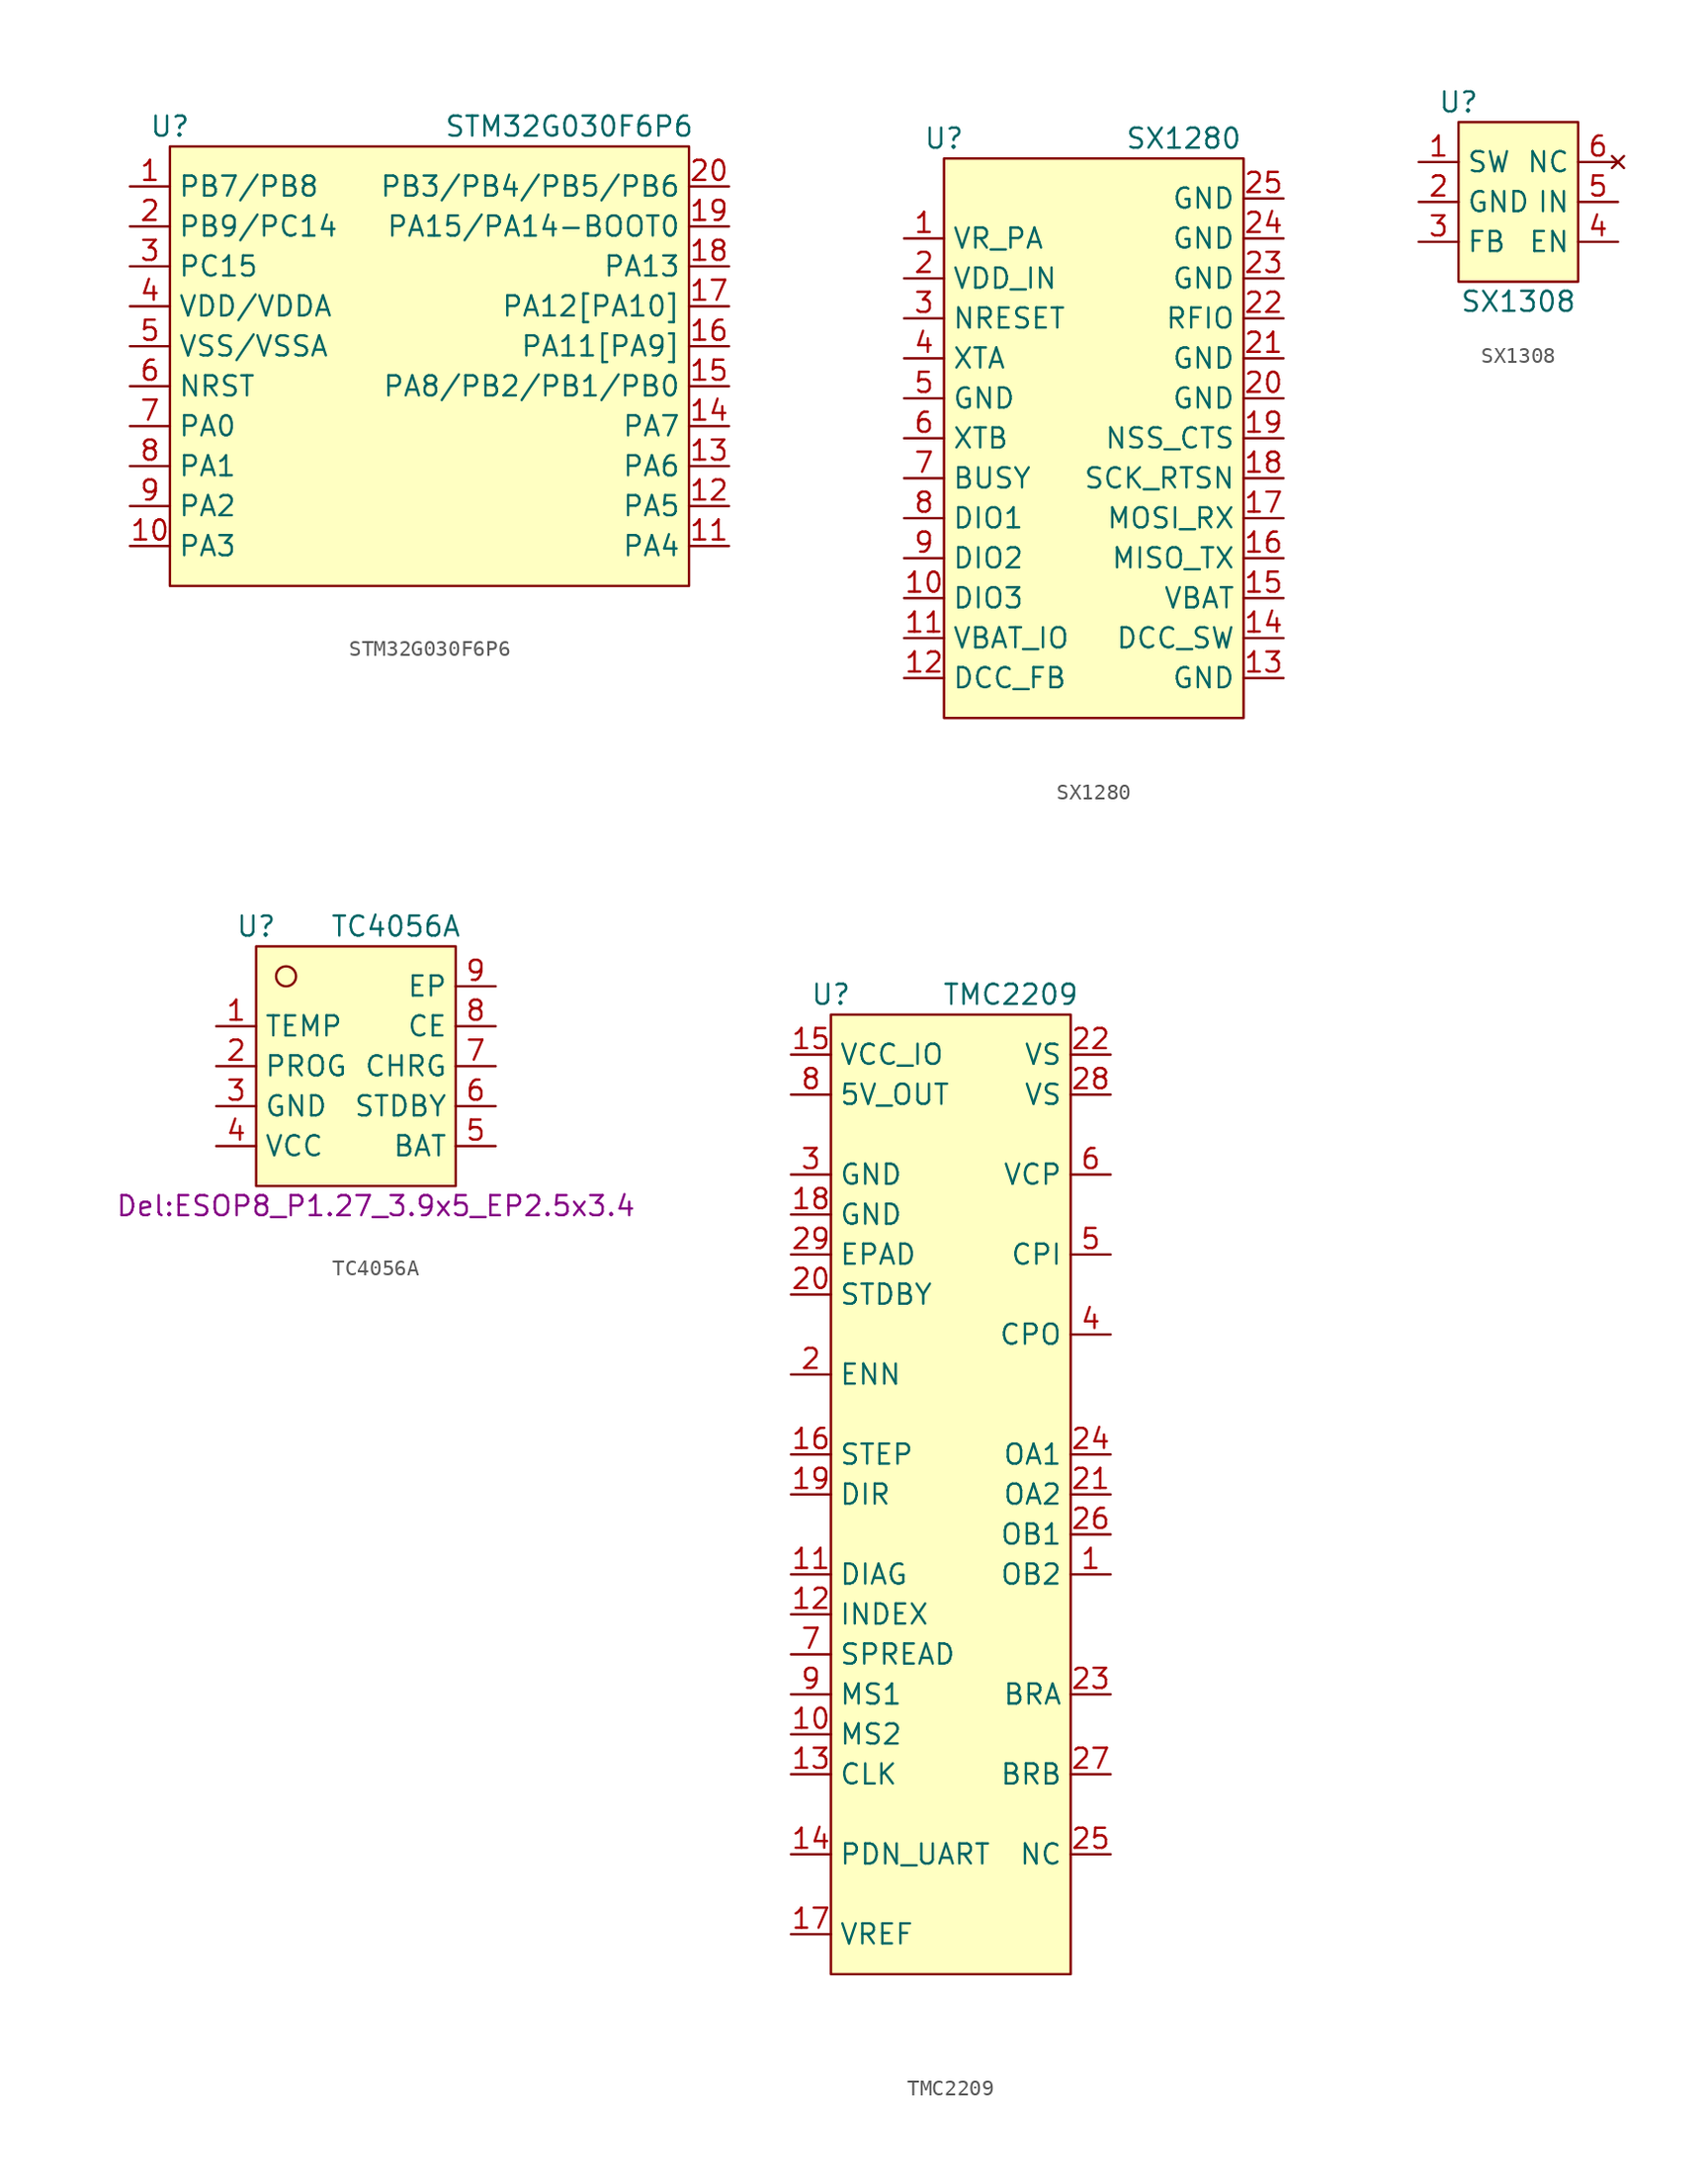
<source format=kicad_sym>
(kicad_symbol_lib
  (version 20220914)
  (generator kicad_symbol_editor)
  (symbol "STM32G030F6P6"
    (property "Reference" "U"
      (at 0 1.27 0)
      (effects (font (size 1.27 1.27))))
    (property "Value" "STM32G030F6P6"
      (at 25.4 1.27 0)
      (effects (font (size 1.27 1.27))))
    (symbol "STM32G030F6P6_0_1"
      (rectangle (start 0 0) (end 33.02 -27.94) (stroke (width 0) (type default)) (fill (type background))))
    (symbol "STM32G030F6P6_1_1"
      (pin bidirectional line (at -2.54 -2.54 0) (length 2.54) (name "PB7/PB8" (effects (font (size 1.27 1.27)))) (number "1" (effects (font (size 1.27 1.27)))))
      (pin bidirectional line (at -2.54 -25.4 0) (length 2.54) (name "PA3" (effects (font (size 1.27 1.27)))) (number "10" (effects (font (size 1.27 1.27)))))
      (pin bidirectional line (at 35.56 -25.4 180) (length 2.54) (name "PA4" (effects (font (size 1.27 1.27)))) (number "11" (effects (font (size 1.27 1.27)))))
      (pin bidirectional line (at 35.56 -22.86 180) (length 2.54) (name "PA5" (effects (font (size 1.27 1.27)))) (number "12" (effects (font (size 1.27 1.27)))))
      (pin bidirectional line (at 35.56 -20.32 180) (length 2.54) (name "PA6" (effects (font (size 1.27 1.27)))) (number "13" (effects (font (size 1.27 1.27)))))
      (pin bidirectional line (at 35.56 -17.78 180) (length 2.54) (name "PA7" (effects (font (size 1.27 1.27)))) (number "14" (effects (font (size 1.27 1.27)))))
      (pin bidirectional line (at 35.56 -15.24 180) (length 2.54) (name "PA8/PB2/PB1/PB0" (effects (font (size 1.27 1.27)))) (number "15" (effects (font (size 1.27 1.27)))))
      (pin bidirectional line (at 35.56 -12.7 180) (length 2.54) (name "PA11[PA9]" (effects (font (size 1.27 1.27)))) (number "16" (effects (font (size 1.27 1.27)))))
      (pin bidirectional line (at 35.56 -10.16 180) (length 2.54) (name "PA12[PA10]" (effects (font (size 1.27 1.27)))) (number "17" (effects (font (size 1.27 1.27)))))
      (pin bidirectional line (at 35.56 -7.62 180) (length 2.54) (name "PA13" (effects (font (size 1.27 1.27)))) (number "18" (effects (font (size 1.27 1.27)))))
      (pin bidirectional line (at 35.56 -5.08 180) (length 2.54) (name "PA15/PA14-BOOT0" (effects (font (size 1.27 1.27)))) (number "19" (effects (font (size 1.27 1.27)))))
      (pin bidirectional line (at -2.54 -5.08 0) (length 2.54) (name "PB9/PC14" (effects (font (size 1.27 1.27)))) (number "2" (effects (font (size 1.27 1.27)))))
      (pin bidirectional line (at 35.56 -2.54 180) (length 2.54) (name "PB3/PB4/PB5/PB6" (effects (font (size 1.27 1.27)))) (number "20" (effects (font (size 1.27 1.27)))))
      (pin bidirectional line (at -2.54 -7.62 0) (length 2.54) (name "PC15" (effects (font (size 1.27 1.27)))) (number "3" (effects (font (size 1.27 1.27)))))
      (pin power_in line (at -2.54 -10.16 0) (length 2.54) (name "VDD/VDDA" (effects (font (size 1.27 1.27)))) (number "4" (effects (font (size 1.27 1.27)))))
      (pin power_in line (at -2.54 -12.7 0) (length 2.54) (name "VSS/VSSA" (effects (font (size 1.27 1.27)))) (number "5" (effects (font (size 1.27 1.27)))))
      (pin input line (at -2.54 -15.24 0) (length 2.54) (name "NRST" (effects (font (size 1.27 1.27)))) (number "6" (effects (font (size 1.27 1.27)))))
      (pin bidirectional line (at -2.54 -17.78 0) (length 2.54) (name "PA0" (effects (font (size 1.27 1.27)))) (number "7" (effects (font (size 1.27 1.27)))))
      (pin bidirectional line (at -2.54 -20.32 0) (length 2.54) (name "PA1" (effects (font (size 1.27 1.27)))) (number "8" (effects (font (size 1.27 1.27)))))
      (pin bidirectional line (at -2.54 -22.86 0) (length 2.54) (name "PA2" (effects (font (size 1.27 1.27)))) (number "9" (effects (font (size 1.27 1.27)))))))
  (symbol "SX1280"
    (property "Reference" "U"
      (at 0 1.27 0)
      (effects (font (size 1.27 1.27))))
    (property "Value" "SX1280"
      (at 15.24 1.27 0)
      (effects (font (size 1.27 1.27))))
    (symbol "SX1280_0_1"
      (rectangle (start 0 0) (end 19.05 -35.56) (stroke (width 0) (type default)) (fill (type background))))
    (symbol "SX1280_1_1"
      (pin bidirectional line (at -2.54 -5.08 0) (length 2.54) (name "VR_PA" (effects (font (size 1.27 1.27)))) (number "1" (effects (font (size 1.27 1.27)))))
      (pin bidirectional line (at -2.54 -27.94 0) (length 2.54) (name "DIO3" (effects (font (size 1.27 1.27)))) (number "10" (effects (font (size 1.27 1.27)))))
      (pin bidirectional line (at -2.54 -30.48 0) (length 2.54) (name "VBAT_IO" (effects (font (size 1.27 1.27)))) (number "11" (effects (font (size 1.27 1.27)))))
      (pin bidirectional line (at -2.54 -33.02 0) (length 2.54) (name "DCC_FB" (effects (font (size 1.27 1.27)))) (number "12" (effects (font (size 1.27 1.27)))))
      (pin power_in line (at 21.59 -33.02 180) (length 2.54) (name "GND" (effects (font (size 1.27 1.27)))) (number "13" (effects (font (size 1.27 1.27)))))
      (pin bidirectional line (at 21.59 -30.48 180) (length 2.54) (name "DCC_SW" (effects (font (size 1.27 1.27)))) (number "14" (effects (font (size 1.27 1.27)))))
      (pin bidirectional line (at 21.59 -27.94 180) (length 2.54) (name "VBAT" (effects (font (size 1.27 1.27)))) (number "15" (effects (font (size 1.27 1.27)))))
      (pin bidirectional line (at 21.59 -25.4 180) (length 2.54) (name "MISO_TX" (effects (font (size 1.27 1.27)))) (number "16" (effects (font (size 1.27 1.27)))))
      (pin bidirectional line (at 21.59 -22.86 180) (length 2.54) (name "MOSI_RX" (effects (font (size 1.27 1.27)))) (number "17" (effects (font (size 1.27 1.27)))))
      (pin bidirectional line (at 21.59 -20.32 180) (length 2.54) (name "SCK_RTSN" (effects (font (size 1.27 1.27)))) (number "18" (effects (font (size 1.27 1.27)))))
      (pin bidirectional line (at 21.59 -17.78 180) (length 2.54) (name "NSS_CTS" (effects (font (size 1.27 1.27)))) (number "19" (effects (font (size 1.27 1.27)))))
      (pin power_in line (at -2.54 -7.62 0) (length 2.54) (name "VDD_IN" (effects (font (size 1.27 1.27)))) (number "2" (effects (font (size 1.27 1.27)))))
      (pin power_in line (at 21.59 -15.24 180) (length 2.54) (name "GND" (effects (font (size 1.27 1.27)))) (number "20" (effects (font (size 1.27 1.27)))))
      (pin power_in line (at 21.59 -12.7 180) (length 2.54) (name "GND" (effects (font (size 1.27 1.27)))) (number "21" (effects (font (size 1.27 1.27)))))
      (pin input line (at 21.59 -10.16 180) (length 2.54) (name "RFIO" (effects (font (size 1.27 1.27)))) (number "22" (effects (font (size 1.27 1.27)))))
      (pin power_in line (at 21.59 -7.62 180) (length 2.54) (name "GND" (effects (font (size 1.27 1.27)))) (number "23" (effects (font (size 1.27 1.27)))))
      (pin power_in line (at 21.59 -5.08 180) (length 2.54) (name "GND" (effects (font (size 1.27 1.27)))) (number "24" (effects (font (size 1.27 1.27)))))
      (pin power_in line (at 21.59 -2.54 180) (length 2.54) (name "GND" (effects (font (size 1.27 1.27)))) (number "25" (effects (font (size 1.27 1.27)))))
      (pin input line (at -2.54 -10.16 0) (length 2.54) (name "NRESET" (effects (font (size 1.27 1.27)))) (number "3" (effects (font (size 1.27 1.27)))))
      (pin bidirectional line (at -2.54 -12.7 0) (length 2.54) (name "XTA" (effects (font (size 1.27 1.27)))) (number "4" (effects (font (size 1.27 1.27)))))
      (pin bidirectional line (at -2.54 -15.24 0) (length 2.54) (name "GND" (effects (font (size 1.27 1.27)))) (number "5" (effects (font (size 1.27 1.27)))))
      (pin bidirectional line (at -2.54 -17.78 0) (length 2.54) (name "XTB" (effects (font (size 1.27 1.27)))) (number "6" (effects (font (size 1.27 1.27)))))
      (pin bidirectional line (at -2.54 -20.32 0) (length 2.54) (name "BUSY" (effects (font (size 1.27 1.27)))) (number "7" (effects (font (size 1.27 1.27)))))
      (pin bidirectional line (at -2.54 -22.86 0) (length 2.54) (name "DIO1" (effects (font (size 1.27 1.27)))) (number "8" (effects (font (size 1.27 1.27)))))
      (pin bidirectional line (at -2.54 -25.4 0) (length 2.54) (name "DIO2" (effects (font (size 1.27 1.27)))) (number "9" (effects (font (size 1.27 1.27)))))))
  (symbol "SX1308"
    (property "Reference" "U"
      (at 0 1.27 0)
      (effects (font (size 1.27 1.27))))
    (property "Value" "SX1308"
      (at 3.81 -11.43 0)
      (effects (font (size 1.27 1.27))))
    (symbol "SX1308_0_1"
      (rectangle (start 0 0) (end 7.62 -10.16) (stroke (width 0) (type default)) (fill (type background))))
    (symbol "SX1308_1_1"
      (pin bidirectional line (at -2.54 -2.54 0) (length 2.54) (name "SW" (effects (font (size 1.27 1.27)))) (number "1" (effects (font (size 1.27 1.27)))))
      (pin power_in line (at -2.54 -5.08 0) (length 2.54) (name "GND" (effects (font (size 1.27 1.27)))) (number "2" (effects (font (size 1.27 1.27)))))
      (pin input line (at -2.54 -7.62 0) (length 2.54) (name "FB" (effects (font (size 1.27 1.27)))) (number "3" (effects (font (size 1.27 1.27)))))
      (pin input line (at 10.16 -7.62 180) (length 2.54) (name "EN" (effects (font (size 1.27 1.27)))) (number "4" (effects (font (size 1.27 1.27)))))
      (pin power_in line (at 10.16 -5.08 180) (length 2.54) (name "IN" (effects (font (size 1.27 1.27)))) (number "5" (effects (font (size 1.27 1.27)))))
      (pin no_connect line (at 10.16 -2.54 180) (length 2.54) (name "NC" (effects (font (size 1.27 1.27)))) (number "6" (effects (font (size 1.27 1.27)))))))
  (symbol "TC4056A"
    (property "Reference" "U"
      (at 0 1.27 0)
      (effects (font (size 1.27 1.27))))
    (property "Value" "TC4056A"
      (at 8.89 1.27 0)
      (effects (font (size 1.27 1.27))))
    (property "Footprint" "Del:ESOP8_P1.27_3.9x5_EP2.5x3.4"
      (at 7.62 -16.51 0)
      (effects (font (size 1.27 1.27))))
    (symbol "TC4056A_0_1"
      (rectangle (start 0 0) (end 12.7 -15.24) (stroke (width 0) (type default)) (fill (type background)))
      (circle (center 1.905 -1.905) (radius 0.635) (stroke (width 0) (type default)) (fill (type none))))
    (symbol "TC4056A_1_1"
      (pin input line (at -2.54 -5.08 0) (length 2.54) (name "TEMP" (effects (font (size 1.27 1.27)))) (number "1" (effects (font (size 1.27 1.27)))))
      (pin output line (at -2.54 -7.62 0) (length 2.54) (name "PROG" (effects (font (size 1.27 1.27)))) (number "2" (effects (font (size 1.27 1.27)))))
      (pin power_in line (at -2.54 -10.16 0) (length 2.54) (name "GND" (effects (font (size 1.27 1.27)))) (number "3" (effects (font (size 1.27 1.27)))))
      (pin power_in line (at -2.54 -12.7 0) (length 2.54) (name "VCC" (effects (font (size 1.27 1.27)))) (number "4" (effects (font (size 1.27 1.27)))))
      (pin power_out line (at 15.24 -12.7 180) (length 2.54) (name "BAT" (effects (font (size 1.27 1.27)))) (number "5" (effects (font (size 1.27 1.27)))))
      (pin output line (at 15.24 -10.16 180) (length 2.54) (name "STDBY" (effects (font (size 1.27 1.27)))) (number "6" (effects (font (size 1.27 1.27)))))
      (pin output line (at 15.24 -7.62 180) (length 2.54) (name "CHRG" (effects (font (size 1.27 1.27)))) (number "7" (effects (font (size 1.27 1.27)))))
      (pin input line (at 15.24 -5.08 180) (length 2.54) (name "CE" (effects (font (size 1.27 1.27)))) (number "8" (effects (font (size 1.27 1.27)))))
      (pin power_in line (at 15.24 -2.54 180) (length 2.54) (name "EP" (effects (font (size 1.27 1.27)))) (number "9" (effects (font (size 1.27 1.27)))))))
  (symbol "TMC2209"
    (property "Reference" "U"
      (at 0 1.27 0)
      (effects (font (size 1.27 1.27))))
    (property "Value" "TMC2209"
      (at 11.43 1.27 0)
      (effects (font (size 1.27 1.27))))
    (symbol "TMC2209_0_1"
      (rectangle (start 0 0) (end 15.24 -60.96) (stroke (width 0) (type default)) (fill (type background))))
    (symbol "TMC2209_1_1"
      (pin bidirectional line (at 17.78 -35.56 180) (length 2.54) (name "OB2" (effects (font (size 1.27 1.27)))) (number "1" (effects (font (size 1.27 1.27)))))
      (pin bidirectional line (at -2.54 -45.72 0) (length 2.54) (name "MS2" (effects (font (size 1.27 1.27)))) (number "10" (effects (font (size 1.27 1.27)))))
      (pin bidirectional line (at -2.54 -35.56 0) (length 2.54) (name "DIAG" (effects (font (size 1.27 1.27)))) (number "11" (effects (font (size 1.27 1.27)))))
      (pin bidirectional line (at -2.54 -38.1 0) (length 2.54) (name "INDEX" (effects (font (size 1.27 1.27)))) (number "12" (effects (font (size 1.27 1.27)))))
      (pin bidirectional line (at -2.54 -48.26 0) (length 2.54) (name "CLK" (effects (font (size 1.27 1.27)))) (number "13" (effects (font (size 1.27 1.27)))))
      (pin bidirectional line (at -2.54 -53.34 0) (length 2.54) (name "PDN_UART" (effects (font (size 1.27 1.27)))) (number "14" (effects (font (size 1.27 1.27)))))
      (pin power_in line (at -2.54 -2.54 0) (length 2.54) (name "VCC_IO" (effects (font (size 1.27 1.27)))) (number "15" (effects (font (size 1.27 1.27)))))
      (pin bidirectional line (at -2.54 -27.94 0) (length 2.54) (name "STEP" (effects (font (size 1.27 1.27)))) (number "16" (effects (font (size 1.27 1.27)))))
      (pin bidirectional line (at -2.54 -58.42 0) (length 2.54) (name "VREF" (effects (font (size 1.27 1.27)))) (number "17" (effects (font (size 1.27 1.27)))))
      (pin power_in line (at -2.54 -12.7 0) (length 2.54) (name "GND" (effects (font (size 1.27 1.27)))) (number "18" (effects (font (size 1.27 1.27)))))
      (pin bidirectional line (at -2.54 -30.48 0) (length 2.54) (name "DIR" (effects (font (size 1.27 1.27)))) (number "19" (effects (font (size 1.27 1.27)))))
      (pin bidirectional line (at -2.54 -22.86 0) (length 2.54) (name "ENN" (effects (font (size 1.27 1.27)))) (number "2" (effects (font (size 1.27 1.27)))))
      (pin bidirectional line (at -2.54 -17.78 0) (length 2.54) (name "STDBY" (effects (font (size 1.27 1.27)))) (number "20" (effects (font (size 1.27 1.27)))))
      (pin bidirectional line (at 17.78 -30.48 180) (length 2.54) (name "OA2" (effects (font (size 1.27 1.27)))) (number "21" (effects (font (size 1.27 1.27)))))
      (pin bidirectional line (at 17.78 -2.54 180) (length 2.54) (name "VS" (effects (font (size 1.27 1.27)))) (number "22" (effects (font (size 1.27 1.27)))))
      (pin bidirectional line (at 17.78 -43.18 180) (length 2.54) (name "BRA" (effects (font (size 1.27 1.27)))) (number "23" (effects (font (size 1.27 1.27)))))
      (pin bidirectional line (at 17.78 -27.94 180) (length 2.54) (name "OA1" (effects (font (size 1.27 1.27)))) (number "24" (effects (font (size 1.27 1.27)))))
      (pin bidirectional line (at 17.78 -53.34 180) (length 2.54) (name "NC" (effects (font (size 1.27 1.27)))) (number "25" (effects (font (size 1.27 1.27)))))
      (pin bidirectional line (at 17.78 -33.02 180) (length 2.54) (name "OB1" (effects (font (size 1.27 1.27)))) (number "26" (effects (font (size 1.27 1.27)))))
      (pin bidirectional line (at 17.78 -48.26 180) (length 2.54) (name "BRB" (effects (font (size 1.27 1.27)))) (number "27" (effects (font (size 1.27 1.27)))))
      (pin bidirectional line (at 17.78 -5.08 180) (length 2.54) (name "VS" (effects (font (size 1.27 1.27)))) (number "28" (effects (font (size 1.27 1.27)))))
      (pin power_in line (at -2.54 -15.24 0) (length 2.54) (name "EPAD" (effects (font (size 1.27 1.27)))) (number "29" (effects (font (size 1.27 1.27)))))
      (pin power_in line (at -2.54 -10.16 0) (length 2.54) (name "GND" (effects (font (size 1.27 1.27)))) (number "3" (effects (font (size 1.27 1.27)))))
      (pin bidirectional line (at 17.78 -20.32 180) (length 2.54) (name "CPO" (effects (font (size 1.27 1.27)))) (number "4" (effects (font (size 1.27 1.27)))))
      (pin bidirectional line (at 17.78 -15.24 180) (length 2.54) (name "CPI" (effects (font (size 1.27 1.27)))) (number "5" (effects (font (size 1.27 1.27)))))
      (pin bidirectional line (at 17.78 -10.16 180) (length 2.54) (name "VCP" (effects (font (size 1.27 1.27)))) (number "6" (effects (font (size 1.27 1.27)))))
      (pin bidirectional line (at -2.54 -40.64 0) (length 2.54) (name "SPREAD" (effects (font (size 1.27 1.27)))) (number "7" (effects (font (size 1.27 1.27)))))
      (pin power_out line (at -2.54 -5.08 0) (length 2.54) (name "5V_OUT" (effects (font (size 1.27 1.27)))) (number "8" (effects (font (size 1.27 1.27)))))
      (pin bidirectional line (at -2.54 -43.18 0) (length 2.54) (name "MS1" (effects (font (size 1.27 1.27)))) (number "9" (effects (font (size 1.27 1.27))))))))
</source>
